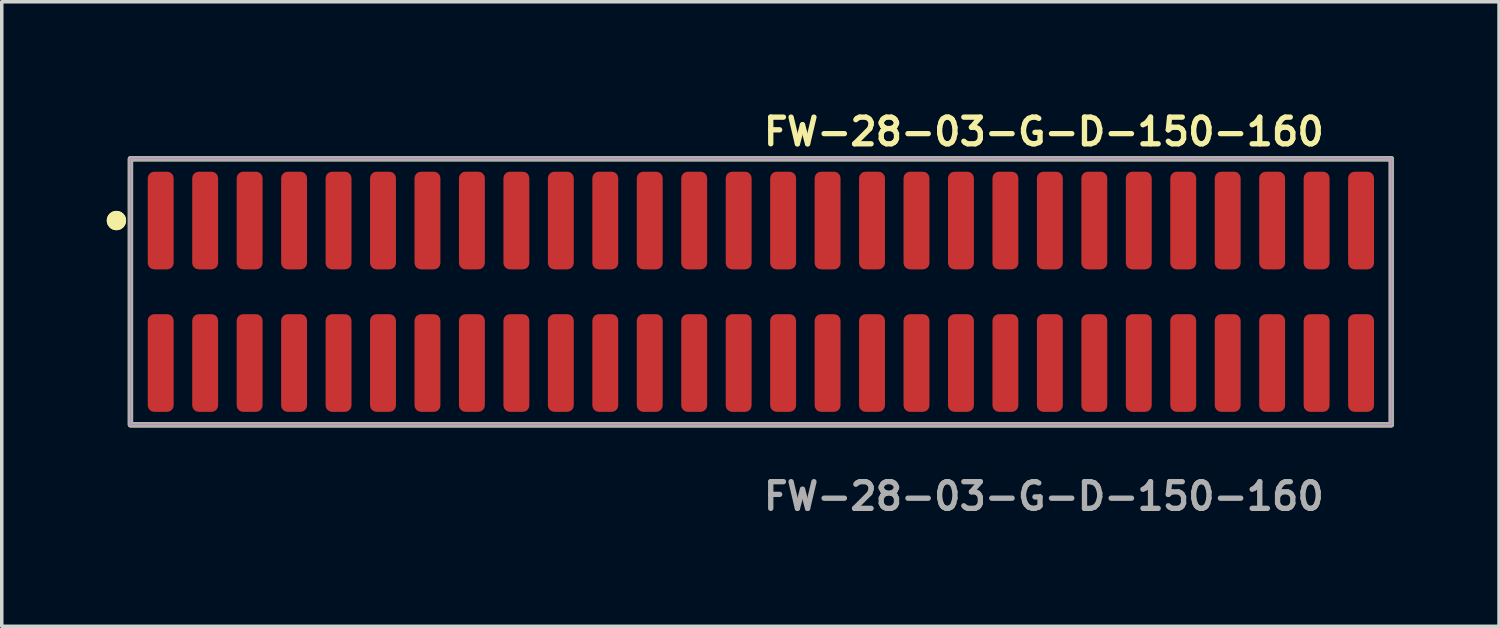
<source format=kicad_pcb>
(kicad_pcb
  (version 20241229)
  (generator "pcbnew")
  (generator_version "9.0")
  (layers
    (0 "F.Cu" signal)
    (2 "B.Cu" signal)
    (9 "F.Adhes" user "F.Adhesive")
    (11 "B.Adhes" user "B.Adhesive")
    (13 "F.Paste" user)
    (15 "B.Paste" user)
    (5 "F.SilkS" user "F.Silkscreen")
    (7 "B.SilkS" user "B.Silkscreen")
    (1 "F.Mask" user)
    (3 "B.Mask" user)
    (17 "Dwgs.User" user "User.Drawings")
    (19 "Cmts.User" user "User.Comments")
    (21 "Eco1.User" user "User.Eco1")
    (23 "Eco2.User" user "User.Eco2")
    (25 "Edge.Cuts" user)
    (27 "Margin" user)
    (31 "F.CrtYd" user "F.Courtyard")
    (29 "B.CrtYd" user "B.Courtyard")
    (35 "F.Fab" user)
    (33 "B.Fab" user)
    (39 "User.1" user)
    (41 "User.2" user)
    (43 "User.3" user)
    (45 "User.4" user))
  (footprint "FW-28-03-G-D-150-160"
    (layer "F.Cu")
    (at 18.686 5.285)
    (property "Reference" "FW-28-03-G-D-150-160" (at 0 -4.572 0) (unlocked yes) (layer "F.SilkS") (effects (font (size 0.762 0.762) (thickness 0.152)) (justify left)))
    (fp_rect (start -18.01 3.8) (end 18.01 -3.8) (stroke (width 0.152) (type solid)) (fill no) (layer "F.SilkS"))
    (fp_circle (center -18.41 -2.035) (end -18.61 -2.035) (stroke (width 0.152) (type solid)) (fill yes) (layer "F.SilkS"))
    (fp_circle (center -18.41 -2.035) (end -18.61 -2.035) (stroke (width 0.152) (type solid)) (fill yes) (layer "F.SilkS"))
    (fp_rect (start -18.01 3.8) (end 18.01 -3.8) (stroke (width 0.006) (type solid)) (fill no) (layer "F.CrtYd"))
    (fp_rect (start -18.01 3.8) (end 18.01 -3.8) (stroke (width 0.152) (type solid)) (fill no) (layer "F.Fab"))
    (fp_text user "${REFERENCE}" (at 0 5.842 0) (unlocked yes) (layer "F.Fab") (effects (font (size 0.762 0.762) (thickness 0.152)) (justify left)))
    (pad "1" smd roundrect (at -17.145 -2.035) (size 0.74 2.79) (layers "F.Cu" "F.Paste") (roundrect_rratio 0.25))
    (pad "2" smd roundrect (at -17.145 2.035) (size 0.74 2.79) (layers "F.Cu" "F.Paste") (roundrect_rratio 0.25))
    (pad "3" smd roundrect (at -15.875 -2.035) (size 0.74 2.79) (layers "F.Cu" "F.Paste") (roundrect_rratio 0.25))
    (pad "4" smd roundrect (at -15.875 2.035) (size 0.74 2.79) (layers "F.Cu" "F.Paste") (roundrect_rratio 0.25))
    (pad "5" smd roundrect (at -14.605 -2.035) (size 0.74 2.79) (layers "F.Cu" "F.Paste") (roundrect_rratio 0.25))
    (pad "6" smd roundrect (at -14.605 2.035) (size 0.74 2.79) (layers "F.Cu" "F.Paste") (roundrect_rratio 0.25))
    (pad "7" smd roundrect (at -13.335 -2.035) (size 0.74 2.79) (layers "F.Cu" "F.Paste") (roundrect_rratio 0.25))
    (pad "8" smd roundrect (at -13.335 2.035) (size 0.74 2.79) (layers "F.Cu" "F.Paste") (roundrect_rratio 0.25))
    (pad "9" smd roundrect (at -12.065 -2.035) (size 0.74 2.79) (layers "F.Cu" "F.Paste") (roundrect_rratio 0.25))
    (pad "10" smd roundrect (at -12.065 2.035) (size 0.74 2.79) (layers "F.Cu" "F.Paste") (roundrect_rratio 0.25))
    (pad "11" smd roundrect (at -10.795 -2.035) (size 0.74 2.79) (layers "F.Cu" "F.Paste") (roundrect_rratio 0.25))
    (pad "12" smd roundrect (at -10.795 2.035) (size 0.74 2.79) (layers "F.Cu" "F.Paste") (roundrect_rratio 0.25))
    (pad "13" smd roundrect (at -9.525 -2.035) (size 0.74 2.79) (layers "F.Cu" "F.Paste") (roundrect_rratio 0.25))
    (pad "14" smd roundrect (at -9.525 2.035) (size 0.74 2.79) (layers "F.Cu" "F.Paste") (roundrect_rratio 0.25))
    (pad "15" smd roundrect (at -8.255 -2.035) (size 0.74 2.79) (layers "F.Cu" "F.Paste") (roundrect_rratio 0.25))
    (pad "16" smd roundrect (at -8.255 2.035) (size 0.74 2.79) (layers "F.Cu" "F.Paste") (roundrect_rratio 0.25))
    (pad "17" smd roundrect (at -6.985 -2.035) (size 0.74 2.79) (layers "F.Cu" "F.Paste") (roundrect_rratio 0.25))
    (pad "18" smd roundrect (at -6.985 2.035) (size 0.74 2.79) (layers "F.Cu" "F.Paste") (roundrect_rratio 0.25))
    (pad "19" smd roundrect (at -5.715 -2.035) (size 0.74 2.79) (layers "F.Cu" "F.Paste") (roundrect_rratio 0.25))
    (pad "20" smd roundrect (at -5.715 2.035) (size 0.74 2.79) (layers "F.Cu" "F.Paste") (roundrect_rratio 0.25))
    (pad "21" smd roundrect (at -4.445 -2.035) (size 0.74 2.79) (layers "F.Cu" "F.Paste") (roundrect_rratio 0.25))
    (pad "22" smd roundrect (at -4.445 2.035) (size 0.74 2.79) (layers "F.Cu" "F.Paste") (roundrect_rratio 0.25))
    (pad "23" smd roundrect (at -3.175 -2.035) (size 0.74 2.79) (layers "F.Cu" "F.Paste") (roundrect_rratio 0.25))
    (pad "24" smd roundrect (at -3.175 2.035) (size 0.74 2.79) (layers "F.Cu" "F.Paste") (roundrect_rratio 0.25))
    (pad "25" smd roundrect (at -1.905 -2.035) (size 0.74 2.79) (layers "F.Cu" "F.Paste") (roundrect_rratio 0.25))
    (pad "26" smd roundrect (at -1.905 2.035) (size 0.74 2.79) (layers "F.Cu" "F.Paste") (roundrect_rratio 0.25))
    (pad "27" smd roundrect (at -0.635 -2.035) (size 0.74 2.79) (layers "F.Cu" "F.Paste") (roundrect_rratio 0.25))
    (pad "28" smd roundrect (at -0.635 2.035) (size 0.74 2.79) (layers "F.Cu" "F.Paste") (roundrect_rratio 0.25))
    (pad "29" smd roundrect (at 0.635 -2.035) (size 0.74 2.79) (layers "F.Cu" "F.Paste") (roundrect_rratio 0.25))
    (pad "30" smd roundrect (at 0.635 2.035) (size 0.74 2.79) (layers "F.Cu" "F.Paste") (roundrect_rratio 0.25))
    (pad "31" smd roundrect (at 1.905 -2.035) (size 0.74 2.79) (layers "F.Cu" "F.Paste") (roundrect_rratio 0.25))
    (pad "32" smd roundrect (at 1.905 2.035) (size 0.74 2.79) (layers "F.Cu" "F.Paste") (roundrect_rratio 0.25))
    (pad "33" smd roundrect (at 3.175 -2.035) (size 0.74 2.79) (layers "F.Cu" "F.Paste") (roundrect_rratio 0.25))
    (pad "34" smd roundrect (at 3.175 2.035) (size 0.74 2.79) (layers "F.Cu" "F.Paste") (roundrect_rratio 0.25))
    (pad "35" smd roundrect (at 4.445 -2.035) (size 0.74 2.79) (layers "F.Cu" "F.Paste") (roundrect_rratio 0.25))
    (pad "36" smd roundrect (at 4.445 2.035) (size 0.74 2.79) (layers "F.Cu" "F.Paste") (roundrect_rratio 0.25))
    (pad "37" smd roundrect (at 5.715 -2.035) (size 0.74 2.79) (layers "F.Cu" "F.Paste") (roundrect_rratio 0.25))
    (pad "38" smd roundrect (at 5.715 2.035) (size 0.74 2.79) (layers "F.Cu" "F.Paste") (roundrect_rratio 0.25))
    (pad "39" smd roundrect (at 6.985 -2.035) (size 0.74 2.79) (layers "F.Cu" "F.Paste") (roundrect_rratio 0.25))
    (pad "40" smd roundrect (at 6.985 2.035) (size 0.74 2.79) (layers "F.Cu" "F.Paste") (roundrect_rratio 0.25))
    (pad "41" smd roundrect (at 8.255 -2.035) (size 0.74 2.79) (layers "F.Cu" "F.Paste") (roundrect_rratio 0.25))
    (pad "42" smd roundrect (at 8.255 2.035) (size 0.74 2.79) (layers "F.Cu" "F.Paste") (roundrect_rratio 0.25))
    (pad "43" smd roundrect (at 9.525 -2.035) (size 0.74 2.79) (layers "F.Cu" "F.Paste") (roundrect_rratio 0.25))
    (pad "44" smd roundrect (at 9.525 2.035) (size 0.74 2.79) (layers "F.Cu" "F.Paste") (roundrect_rratio 0.25))
    (pad "45" smd roundrect (at 10.795 -2.035) (size 0.74 2.79) (layers "F.Cu" "F.Paste") (roundrect_rratio 0.25))
    (pad "46" smd roundrect (at 10.795 2.035) (size 0.74 2.79) (layers "F.Cu" "F.Paste") (roundrect_rratio 0.25))
    (pad "47" smd roundrect (at 12.065 -2.035) (size 0.74 2.79) (layers "F.Cu" "F.Paste") (roundrect_rratio 0.25))
    (pad "48" smd roundrect (at 12.065 2.035) (size 0.74 2.79) (layers "F.Cu" "F.Paste") (roundrect_rratio 0.25))
    (pad "49" smd roundrect (at 13.335 -2.035) (size 0.74 2.79) (layers "F.Cu" "F.Paste") (roundrect_rratio 0.25))
    (pad "50" smd roundrect (at 13.335 2.035) (size 0.74 2.79) (layers "F.Cu" "F.Paste") (roundrect_rratio 0.25))
    (pad "51" smd roundrect (at 14.605 -2.035) (size 0.74 2.79) (layers "F.Cu" "F.Paste") (roundrect_rratio 0.25))
    (pad "52" smd roundrect (at 14.605 2.035) (size 0.74 2.79) (layers "F.Cu" "F.Paste") (roundrect_rratio 0.25))
    (pad "53" smd roundrect (at 15.875 -2.035) (size 0.74 2.79) (layers "F.Cu" "F.Paste") (roundrect_rratio 0.25))
    (pad "54" smd roundrect (at 15.875 2.035) (size 0.74 2.79) (layers "F.Cu" "F.Paste") (roundrect_rratio 0.25))
    (pad "55" smd roundrect (at 17.145 -2.035) (size 0.74 2.79) (layers "F.Cu" "F.Paste") (roundrect_rratio 0.25))
    (pad "56" smd roundrect (at 17.145 2.035) (size 0.74 2.79) (layers "F.Cu" "F.Paste") (roundrect_rratio 0.25)))
  (gr_rect
    (start -3 -3)
    (end 39.772 14.84)
    (stroke (width 0.1) (type default))
    (fill no)
    (layer "Edge.Cuts")))
</source>
